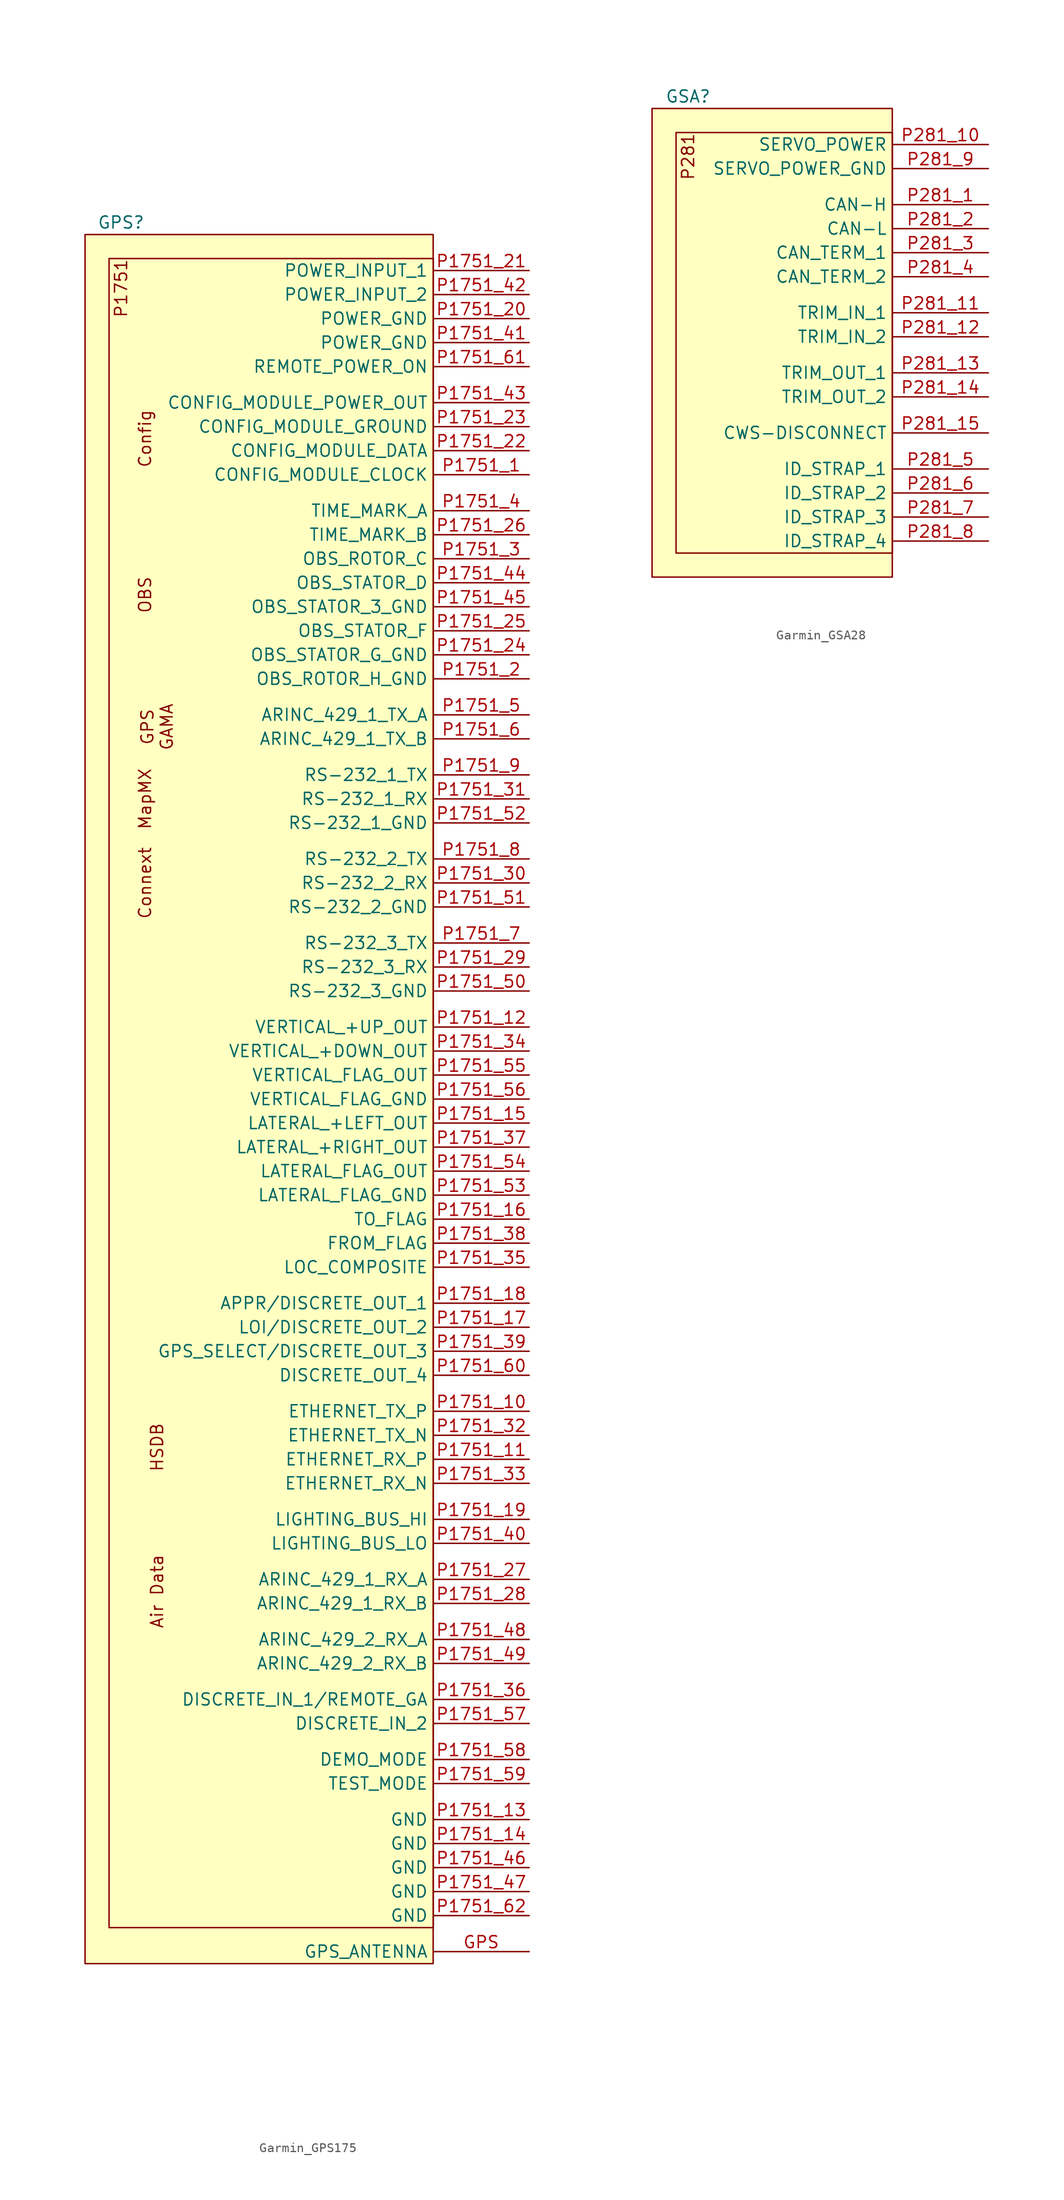
<source format=kicad_sym>
(kicad_symbol_lib
  (version 20241209)
  (generator "kicad_symbol_editor")
  (generator_version "9.0")
  (symbol "Garmin_GPS175"
    (property "Reference" "GPS"
      (at 3.81 1.27 0)
      (effects (font (size 1.27 1.27))))
    (property "Value" ""
      (at 0 0 0)
      (effects (font (size 1.27 1.27))))
    (symbol "Garmin_GPS175_1_1"
      (rectangle (start 0 0) (end 36.83 -182.88) (stroke (width 0) (type default)) (fill (type background)))
      (rectangle (start 2.54 -2.54) (end 36.83 -179.07) (stroke (width 0) (type default)) (fill (type background)))
      (text "P1751" (at 3.81 -2.54 900) (effects (font (size 1.27 1.27)) (justify right)))
      (text "Config" (at 6.35 -21.59 900) (effects (font (size 1.27 1.27))))
      (text "OBS" (at 6.35 -38.1 900) (effects (font (size 1.27 1.27))))
      (text "MapMX" (at 6.35 -59.69 900) (effects (font (size 1.27 1.27))))
      (text "Connext" (at 6.35 -68.58 900) (effects (font (size 1.27 1.27))))
      (text "GPS\nGAMA" (at 7.62 -52.07 900) (effects (font (size 1.27 1.27))))
      (text "HSDB" (at 7.62 -128.27 900) (effects (font (size 1.27 1.27))))
      (text "Air Data" (at 7.62 -143.51 900) (effects (font (size 1.27 1.27))))
      (pin power_in line (at 46.99 -3.81 180) (length 10.16) (name "POWER_INPUT_1" (effects (font (size 1.27 1.27)))) (number "P1751_21" (effects (font (size 1.27 1.27)))))
      (pin power_in line (at 46.99 -6.35 180) (length 10.16) (name "POWER_INPUT_2" (effects (font (size 1.27 1.27)))) (number "P1751_42" (effects (font (size 1.27 1.27)))))
      (pin passive line (at 46.99 -8.89 180) (length 10.16) (name "POWER_GND" (effects (font (size 1.27 1.27)))) (number "P1751_20" (effects (font (size 1.27 1.27)))))
      (pin passive line (at 46.99 -11.43 180) (length 10.16) (name "POWER_GND" (effects (font (size 1.27 1.27)))) (number "P1751_41" (effects (font (size 1.27 1.27)))))
      (pin input line (at 46.99 -13.97 180) (length 10.16) (name "REMOTE_POWER_ON" (effects (font (size 1.27 1.27)))) (number "P1751_61" (effects (font (size 1.27 1.27)))))
      (pin power_out line (at 46.99 -17.78 180) (length 10.16) (name "CONFIG_MODULE_POWER_OUT" (effects (font (size 1.27 1.27)))) (number "P1751_43" (effects (font (size 1.27 1.27)))))
      (pin passive line (at 46.99 -20.32 180) (length 10.16) (name "CONFIG_MODULE_GROUND" (effects (font (size 1.27 1.27)))) (number "P1751_23" (effects (font (size 1.27 1.27)))))
      (pin bidirectional line (at 46.99 -22.86 180) (length 10.16) (name "CONFIG_MODULE_DATA" (effects (font (size 1.27 1.27)))) (number "P1751_22" (effects (font (size 1.27 1.27)))))
      (pin output line (at 46.99 -25.4 180) (length 10.16) (name "CONFIG_MODULE_CLOCK" (effects (font (size 1.27 1.27)))) (number "P1751_1" (effects (font (size 1.27 1.27)))))
      (pin bidirectional line (at 46.99 -29.21 180) (length 10.16) (name "TIME_MARK_A" (effects (font (size 1.27 1.27)))) (number "P1751_4" (effects (font (size 1.27 1.27)))))
      (pin bidirectional line (at 46.99 -31.75 180) (length 10.16) (name "TIME_MARK_B" (effects (font (size 1.27 1.27)))) (number "P1751_26" (effects (font (size 1.27 1.27)))))
      (pin bidirectional line (at 46.99 -34.29 180) (length 10.16) (name "OBS_ROTOR_C" (effects (font (size 1.27 1.27)))) (number "P1751_3" (effects (font (size 1.27 1.27)))))
      (pin bidirectional line (at 46.99 -36.83 180) (length 10.16) (name "OBS_STATOR_D" (effects (font (size 1.27 1.27)))) (number "P1751_44" (effects (font (size 1.27 1.27)))))
      (pin passive line (at 46.99 -39.37 180) (length 10.16) (name "OBS_STATOR_3_GND" (effects (font (size 1.27 1.27)))) (number "P1751_45" (effects (font (size 1.27 1.27)))))
      (pin bidirectional line (at 46.99 -41.91 180) (length 10.16) (name "OBS_STATOR_F" (effects (font (size 1.27 1.27)))) (number "P1751_25" (effects (font (size 1.27 1.27)))))
      (pin passive line (at 46.99 -44.45 180) (length 10.16) (name "OBS_STATOR_G_GND" (effects (font (size 1.27 1.27)))) (number "P1751_24" (effects (font (size 1.27 1.27)))))
      (pin passive line (at 46.99 -46.99 180) (length 10.16) (name "OBS_ROTOR_H_GND" (effects (font (size 1.27 1.27)))) (number "P1751_2" (effects (font (size 1.27 1.27)))))
      (pin output line (at 46.99 -50.8 180) (length 10.16) (name "ARINC_429_1_TX_A" (effects (font (size 1.27 1.27)))) (number "P1751_5" (effects (font (size 1.27 1.27)))))
      (pin output line (at 46.99 -53.34 180) (length 10.16) (name "ARINC_429_1_TX_B" (effects (font (size 1.27 1.27)))) (number "P1751_6" (effects (font (size 1.27 1.27)))))
      (pin output line (at 46.99 -57.15 180) (length 10.16) (name "RS-232_1_TX" (effects (font (size 1.27 1.27)))) (number "P1751_9" (effects (font (size 1.27 1.27)))))
      (pin input line (at 46.99 -59.69 180) (length 10.16) (name "RS-232_1_RX" (effects (font (size 1.27 1.27)))) (number "P1751_31" (effects (font (size 1.27 1.27)))))
      (pin passive line (at 46.99 -62.23 180) (length 10.16) (name "RS-232_1_GND" (effects (font (size 1.27 1.27)))) (number "P1751_52" (effects (font (size 1.27 1.27)))))
      (pin output line (at 46.99 -66.04 180) (length 10.16) (name "RS-232_2_TX" (effects (font (size 1.27 1.27)))) (number "P1751_8" (effects (font (size 1.27 1.27)))))
      (pin input line (at 46.99 -68.58 180) (length 10.16) (name "RS-232_2_RX" (effects (font (size 1.27 1.27)))) (number "P1751_30" (effects (font (size 1.27 1.27)))))
      (pin passive line (at 46.99 -71.12 180) (length 10.16) (name "RS-232_2_GND" (effects (font (size 1.27 1.27)))) (number "P1751_51" (effects (font (size 1.27 1.27)))))
      (pin output line (at 46.99 -74.93 180) (length 10.16) (name "RS-232_3_TX" (effects (font (size 1.27 1.27)))) (number "P1751_7" (effects (font (size 1.27 1.27)))))
      (pin input line (at 46.99 -77.47 180) (length 10.16) (name "RS-232_3_RX" (effects (font (size 1.27 1.27)))) (number "P1751_29" (effects (font (size 1.27 1.27)))))
      (pin passive line (at 46.99 -80.01 180) (length 10.16) (name "RS-232_3_GND" (effects (font (size 1.27 1.27)))) (number "P1751_50" (effects (font (size 1.27 1.27)))))
      (pin output line (at 46.99 -83.82 180) (length 10.16) (name "VERTICAL_+UP_OUT" (effects (font (size 1.27 1.27)))) (number "P1751_12" (effects (font (size 1.27 1.27)))))
      (pin output line (at 46.99 -86.36 180) (length 10.16) (name "VERTICAL_+DOWN_OUT" (effects (font (size 1.27 1.27)))) (number "P1751_34" (effects (font (size 1.27 1.27)))))
      (pin output line (at 46.99 -88.9 180) (length 10.16) (name "VERTICAL_FLAG_OUT" (effects (font (size 1.27 1.27)))) (number "P1751_55" (effects (font (size 1.27 1.27)))))
      (pin passive line (at 46.99 -91.44 180) (length 10.16) (name "VERTICAL_FLAG_GND" (effects (font (size 1.27 1.27)))) (number "P1751_56" (effects (font (size 1.27 1.27)))))
      (pin output line (at 46.99 -93.98 180) (length 10.16) (name "LATERAL_+LEFT_OUT" (effects (font (size 1.27 1.27)))) (number "P1751_15" (effects (font (size 1.27 1.27)))))
      (pin output line (at 46.99 -96.52 180) (length 10.16) (name "LATERAL_+RIGHT_OUT" (effects (font (size 1.27 1.27)))) (number "P1751_37" (effects (font (size 1.27 1.27)))))
      (pin output line (at 46.99 -99.06 180) (length 10.16) (name "LATERAL_FLAG_OUT" (effects (font (size 1.27 1.27)))) (number "P1751_54" (effects (font (size 1.27 1.27)))))
      (pin passive line (at 46.99 -101.6 180) (length 10.16) (name "LATERAL_FLAG_GND" (effects (font (size 1.27 1.27)))) (number "P1751_53" (effects (font (size 1.27 1.27)))))
      (pin output line (at 46.99 -104.14 180) (length 10.16) (name "TO_FLAG" (effects (font (size 1.27 1.27)))) (number "P1751_16" (effects (font (size 1.27 1.27)))))
      (pin output line (at 46.99 -106.68 180) (length 10.16) (name "FROM_FLAG" (effects (font (size 1.27 1.27)))) (number "P1751_38" (effects (font (size 1.27 1.27)))))
      (pin output line (at 46.99 -109.22 180) (length 10.16) (name "LOC_COMPOSITE" (effects (font (size 1.27 1.27)))) (number "P1751_35" (effects (font (size 1.27 1.27)))))
      (pin output line (at 46.99 -113.03 180) (length 10.16) (name "APPR/DISCRETE_OUT_1" (effects (font (size 1.27 1.27)))) (number "P1751_18" (effects (font (size 1.27 1.27)))))
      (pin output line (at 46.99 -115.57 180) (length 10.16) (name "LOI/DISCRETE_OUT_2" (effects (font (size 1.27 1.27)))) (number "P1751_17" (effects (font (size 1.27 1.27)))))
      (pin output line (at 46.99 -118.11 180) (length 10.16) (name "GPS_SELECT/DISCRETE_OUT_3" (effects (font (size 1.27 1.27)))) (number "P1751_39" (effects (font (size 1.27 1.27)))))
      (pin output line (at 46.99 -120.65 180) (length 10.16) (name "DISCRETE_OUT_4" (effects (font (size 1.27 1.27)))) (number "P1751_60" (effects (font (size 1.27 1.27)))))
      (pin output line (at 46.99 -124.46 180) (length 10.16) (name "ETHERNET_TX_P" (effects (font (size 1.27 1.27)))) (number "P1751_10" (effects (font (size 1.27 1.27)))))
      (pin output line (at 46.99 -127 180) (length 10.16) (name "ETHERNET_TX_N" (effects (font (size 1.27 1.27)))) (number "P1751_32" (effects (font (size 1.27 1.27)))))
      (pin input line (at 46.99 -129.54 180) (length 10.16) (name "ETHERNET_RX_P" (effects (font (size 1.27 1.27)))) (number "P1751_11" (effects (font (size 1.27 1.27)))))
      (pin input line (at 46.99 -132.08 180) (length 10.16) (name "ETHERNET_RX_N" (effects (font (size 1.27 1.27)))) (number "P1751_33" (effects (font (size 1.27 1.27)))))
      (pin input line (at 46.99 -135.89 180) (length 10.16) (name "LIGHTING_BUS_HI" (effects (font (size 1.27 1.27)))) (number "P1751_19" (effects (font (size 1.27 1.27)))))
      (pin bidirectional line (at 46.99 -138.43 180) (length 10.16) (name "LIGHTING_BUS_LO" (effects (font (size 1.27 1.27)))) (number "P1751_40" (effects (font (size 1.27 1.27)))))
      (pin input line (at 46.99 -142.24 180) (length 10.16) (name "ARINC_429_1_RX_A" (effects (font (size 1.27 1.27)))) (number "P1751_27" (effects (font (size 1.27 1.27)))))
      (pin input line (at 46.99 -144.78 180) (length 10.16) (name "ARINC_429_1_RX_B" (effects (font (size 1.27 1.27)))) (number "P1751_28" (effects (font (size 1.27 1.27)))))
      (pin input line (at 46.99 -148.59 180) (length 10.16) (name "ARINC_429_2_RX_A" (effects (font (size 1.27 1.27)))) (number "P1751_48" (effects (font (size 1.27 1.27)))))
      (pin input line (at 46.99 -151.13 180) (length 10.16) (name "ARINC_429_2_RX_B" (effects (font (size 1.27 1.27)))) (number "P1751_49" (effects (font (size 1.27 1.27)))))
      (pin input line (at 46.99 -154.94 180) (length 10.16) (name "DISCRETE_IN_1/REMOTE_GA" (effects (font (size 1.27 1.27)))) (number "P1751_36" (effects (font (size 1.27 1.27)))))
      (pin input line (at 46.99 -157.48 180) (length 10.16) (name "DISCRETE_IN_2" (effects (font (size 1.27 1.27)))) (number "P1751_57" (effects (font (size 1.27 1.27)))))
      (pin input line (at 46.99 -161.29 180) (length 10.16) (name "DEMO_MODE" (effects (font (size 1.27 1.27)))) (number "P1751_58" (effects (font (size 1.27 1.27)))))
      (pin input line (at 46.99 -163.83 180) (length 10.16) (name "TEST_MODE" (effects (font (size 1.27 1.27)))) (number "P1751_59" (effects (font (size 1.27 1.27)))))
      (pin passive line (at 46.99 -167.64 180) (length 10.16) (name "GND" (effects (font (size 1.27 1.27)))) (number "P1751_13" (effects (font (size 1.27 1.27)))))
      (pin passive line (at 46.99 -170.18 180) (length 10.16) (name "GND" (effects (font (size 1.27 1.27)))) (number "P1751_14" (effects (font (size 1.27 1.27)))))
      (pin passive line (at 46.99 -172.72 180) (length 10.16) (name "GND" (effects (font (size 1.27 1.27)))) (number "P1751_46" (effects (font (size 1.27 1.27)))))
      (pin passive line (at 46.99 -175.26 180) (length 10.16) (name "GND" (effects (font (size 1.27 1.27)))) (number "P1751_47" (effects (font (size 1.27 1.27)))))
      (pin passive line (at 46.99 -177.8 180) (length 10.16) (name "GND" (effects (font (size 1.27 1.27)))) (number "P1751_62" (effects (font (size 1.27 1.27)))))
      (pin input line (at 46.99 -181.61 180) (length 10.16) (name "GPS_ANTENNA" (effects (font (size 1.27 1.27)))) (number "GPS" (effects (font (size 1.27 1.27)))))))
  (symbol "Garmin_GSA28"
    (property "Reference" "GSA"
      (at 3.81 1.27 0)
      (effects (font (size 1.27 1.27))))
    (property "Value" ""
      (at 0 0 0)
      (effects (font (size 1.27 1.27))))
    (symbol "Garmin_GSA28_1_1"
      (rectangle (start 0 0) (end 25.4 -49.53) (stroke (width 0) (type default)) (fill (type background)))
      (rectangle (start 2.54 -2.54) (end 25.4 -46.99) (stroke (width 0) (type default)) (fill (type background)))
      (text "P281" (at 3.81 -2.54 900) (effects (font (size 1.27 1.27)) (justify right)))
      (pin power_in line (at 35.56 -3.81 180) (length 10.16) (name "SERVO_POWER" (effects (font (size 1.27 1.27)))) (number "P281_10" (effects (font (size 1.27 1.27)))))
      (pin passive line (at 35.56 -6.35 180) (length 10.16) (name "SERVO_POWER_GND" (effects (font (size 1.27 1.27)))) (number "P281_9" (effects (font (size 1.27 1.27)))))
      (pin bidirectional line (at 35.56 -10.16 180) (length 10.16) (name "CAN-H" (effects (font (size 1.27 1.27)))) (number "P281_1" (effects (font (size 1.27 1.27)))))
      (pin bidirectional line (at 35.56 -12.7 180) (length 10.16) (name "CAN-L" (effects (font (size 1.27 1.27)))) (number "P281_2" (effects (font (size 1.27 1.27)))))
      (pin bidirectional line (at 35.56 -15.24 180) (length 10.16) (name "CAN_TERM_1" (effects (font (size 1.27 1.27)))) (number "P281_3" (effects (font (size 1.27 1.27)))))
      (pin bidirectional line (at 35.56 -17.78 180) (length 10.16) (name "CAN_TERM_2" (effects (font (size 1.27 1.27)))) (number "P281_4" (effects (font (size 1.27 1.27)))))
      (pin power_in line (at 35.56 -21.59 180) (length 10.16) (name "TRIM_IN_1" (effects (font (size 1.27 1.27)))) (number "P281_11" (effects (font (size 1.27 1.27)))))
      (pin power_in line (at 35.56 -24.13 180) (length 10.16) (name "TRIM_IN_2" (effects (font (size 1.27 1.27)))) (number "P281_12" (effects (font (size 1.27 1.27)))))
      (pin power_out line (at 35.56 -27.94 180) (length 10.16) (name "TRIM_OUT_1" (effects (font (size 1.27 1.27)))) (number "P281_13" (effects (font (size 1.27 1.27)))))
      (pin power_out line (at 35.56 -30.48 180) (length 10.16) (name "TRIM_OUT_2" (effects (font (size 1.27 1.27)))) (number "P281_14" (effects (font (size 1.27 1.27)))))
      (pin bidirectional line (at 35.56 -34.29 180) (length 10.16) (name "CWS-DISCONNECT" (effects (font (size 1.27 1.27)))) (number "P281_15" (effects (font (size 1.27 1.27)))))
      (pin bidirectional line (at 35.56 -38.1 180) (length 10.16) (name "ID_STRAP_1" (effects (font (size 1.27 1.27)))) (number "P281_5" (effects (font (size 1.27 1.27)))))
      (pin bidirectional line (at 35.56 -40.64 180) (length 10.16) (name "ID_STRAP_2" (effects (font (size 1.27 1.27)))) (number "P281_6" (effects (font (size 1.27 1.27)))))
      (pin bidirectional line (at 35.56 -43.18 180) (length 10.16) (name "ID_STRAP_3" (effects (font (size 1.27 1.27)))) (number "P281_7" (effects (font (size 1.27 1.27)))))
      (pin bidirectional line (at 35.56 -45.72 180) (length 10.16) (name "ID_STRAP_4" (effects (font (size 1.27 1.27)))) (number "P281_8" (effects (font (size 1.27 1.27))))))))
</source>
